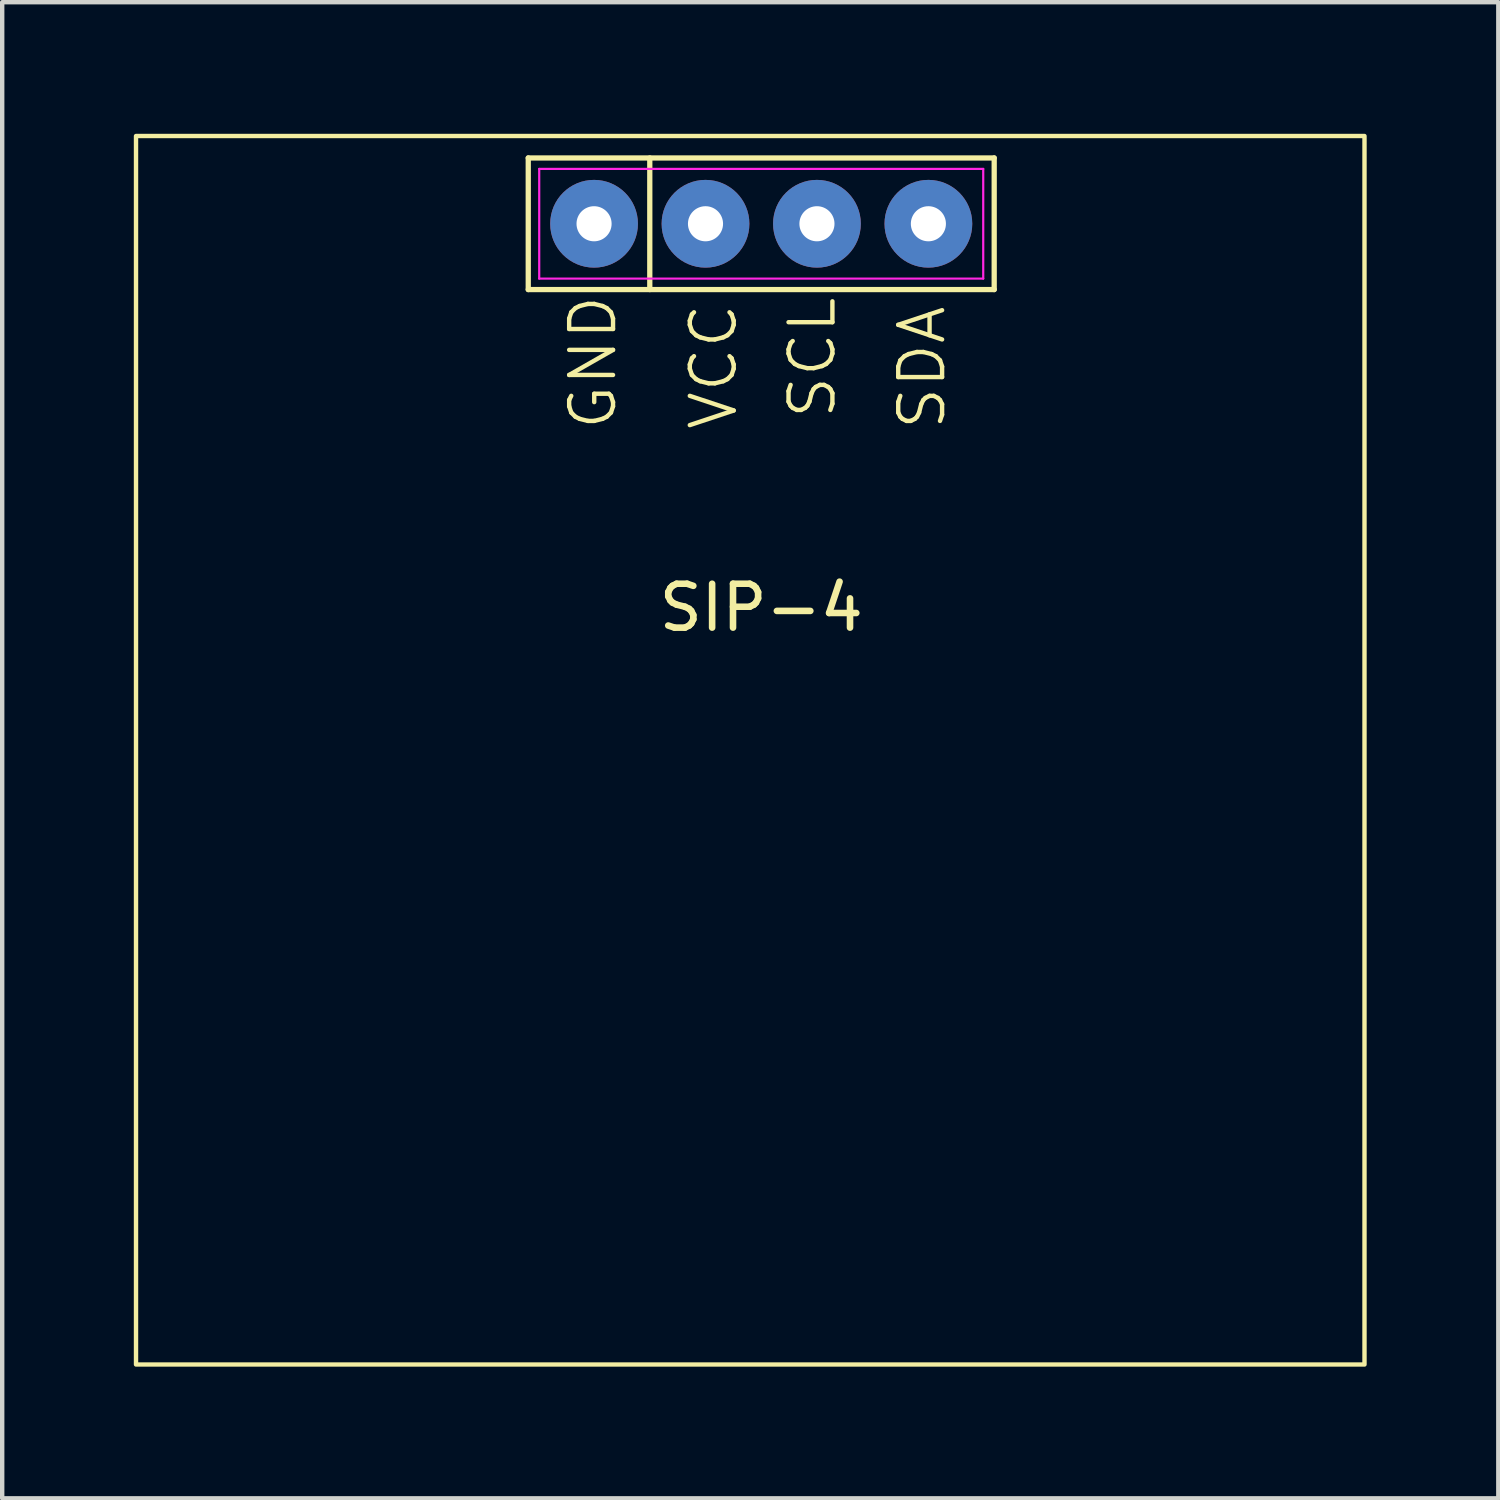
<source format=kicad_pcb>
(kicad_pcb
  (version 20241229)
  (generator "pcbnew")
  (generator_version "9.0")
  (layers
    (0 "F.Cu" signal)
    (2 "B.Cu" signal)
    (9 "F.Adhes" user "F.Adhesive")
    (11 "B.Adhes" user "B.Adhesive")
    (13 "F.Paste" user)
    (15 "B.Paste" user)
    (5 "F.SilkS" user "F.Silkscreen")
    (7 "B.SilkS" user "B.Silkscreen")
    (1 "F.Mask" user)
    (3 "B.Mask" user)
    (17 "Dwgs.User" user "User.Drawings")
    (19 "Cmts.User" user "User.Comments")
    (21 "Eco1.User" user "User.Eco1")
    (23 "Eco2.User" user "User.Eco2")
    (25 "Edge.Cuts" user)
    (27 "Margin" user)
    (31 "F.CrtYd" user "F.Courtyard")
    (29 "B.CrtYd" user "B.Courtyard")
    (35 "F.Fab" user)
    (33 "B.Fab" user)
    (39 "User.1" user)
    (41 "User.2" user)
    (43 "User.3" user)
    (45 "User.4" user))
  (footprint "SIP-4"
    (layer "F.Cu")
    (at 14.3 2.05)
    (property "Reference" "SIP-4" (at 0 8.75 0) (layer "F.SilkS") (effects (font (size 1 1) (thickness 0.15))))
    (attr through_hole)
    (fp_line (start -5.31 -1.5) (end 5.31 -1.5) (stroke (width 0.12) (type default)) (layer "F.SilkS"))
    (fp_line (start -5.31 1.5) (end -5.31 -1.5) (stroke (width 0.12) (type default)) (layer "F.SilkS"))
    (fp_line (start -2.54 -1.5) (end -2.54 1.5) (stroke (width 0.12) (type default)) (layer "F.SilkS"))
    (fp_line (start 5.31 -1.5) (end 5.31 1.5) (stroke (width 0.12) (type default)) (layer "F.SilkS"))
    (fp_line (start 5.31 1.5) (end -5.31 1.5) (stroke (width 0.12) (type default)) (layer "F.SilkS"))
    (fp_rect (start -14.25 -2) (end 13.75 26) (stroke (width 0.1) (type default)) (fill no) (layer "F.SilkS"))
    (fp_line (start -5.06 -1.25) (end 5.06 -1.25) (stroke (width 0.05) (type default)) (layer "F.CrtYd"))
    (fp_line (start -5.06 1.25) (end -5.06 -1.25) (stroke (width 0.05) (type default)) (layer "F.CrtYd"))
    (fp_line (start 5.06 -1.25) (end 5.06 1.25) (stroke (width 0.05) (type default)) (layer "F.CrtYd"))
    (fp_line (start 5.06 1.25) (end -5.06 1.25) (stroke (width 0.05) (type default)) (layer "F.CrtYd"))
    (fp_text user "GND" (at -3.25 4.75 90) (unlocked yes) (layer "F.SilkS") (effects (font (size 1 1) (thickness 0.1)) (justify left bottom)))
    (fp_text user "SDA" (at 4.25 4.75 90) (unlocked yes) (layer "F.SilkS") (effects (font (size 1 1) (thickness 0.1)) (justify left bottom)))
    (fp_text user "SCL" (at 1.75 4.5 90) (unlocked yes) (layer "F.SilkS") (effects (font (size 1 1) (thickness 0.1)) (justify left bottom)))
    (fp_text user "VCC" (at -0.5 4.75 90) (unlocked yes) (layer "F.SilkS") (effects (font (size 1 1) (thickness 0.1)) (justify left bottom)))
    (pad "1" thru_hole circle (at -3.81 0) (size 2 2) (drill 0.8) (layers "*.Cu" "*.Mask"))
    (pad "2" thru_hole circle (at -1.27 0) (size 2 2) (drill 0.8) (layers "*.Cu" "*.Mask"))
    (pad "3" thru_hole circle (at 1.27 0) (size 2 2) (drill 0.8) (layers "*.Cu" "*.Mask"))
    (pad "4" thru_hole circle (at 3.81 0) (size 2 2) (drill 0.8) (layers "*.Cu" "*.Mask")))
  (gr_rect
    (start -3 -3)
    (end 31.1 31.1)
    (stroke (width 0.1) (type default))
    (fill no)
    (layer "Edge.Cuts")))
</source>
